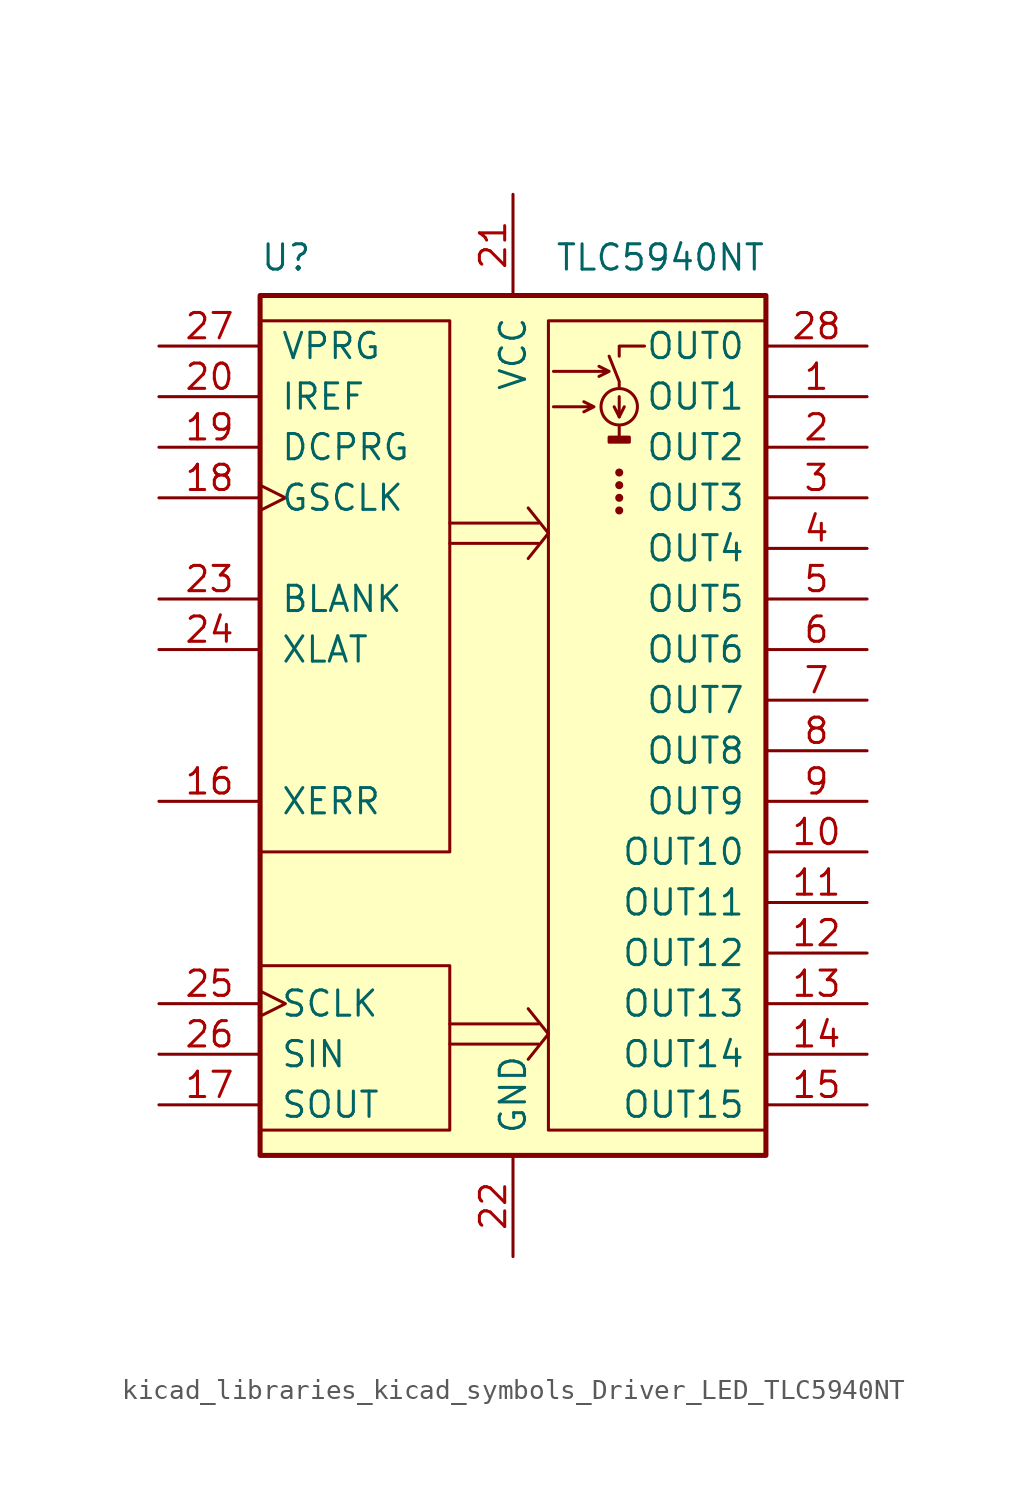
<source format=kicad_sym>
(kicad_symbol_lib
  (version 20220914)
  (generator kicad_symbol_editor)
  (symbol "kicad_libraries_kicad_symbols_Driver_LED_TLC5940NT"
    (pin_names
      (offset 1.016))
    (property "Reference" "U"
      (at -12.7 22.225 0)
      (effects (font (size 1.27 1.27)) (justify left)))
    (property "Value" "TLC5940NT"
      (at 12.7 22.225 0)
      (effects (font (size 1.27 1.27)) (justify right)))
    (symbol "kicad_libraries_kicad_symbols_Driver_LED_TLC5940NT_0_1"
      (rectangle (start -12.7 -21.59) (end -3.175 -13.335) (stroke (width 0) (type default)) (fill (type none)))
      (rectangle (start -12.7 19.05) (end -3.175 -7.62) (stroke (width 0) (type default)) (fill (type none)))
      (rectangle (start -12.7 20.32) (end 12.7 -22.86) (stroke (width 0.254) (type default)) (fill (type background)))
      (polyline (pts (xy -3.175 -16.256) (xy 1.27 -16.256)) (stroke (width 0) (type default)) (fill (type none)))
      (polyline (pts (xy -3.175 8.89) (xy 1.27 8.89)) (stroke (width 0) (type default)) (fill (type none)))
      (polyline (pts (xy 1.27 -17.272) (xy -3.175 -17.272)) (stroke (width 0) (type default)) (fill (type none)))
      (polyline (pts (xy 1.27 7.874) (xy -3.175 7.874)) (stroke (width 0) (type default)) (fill (type none)))
      (polyline (pts (xy 1.778 -16.764) (xy 0.762 -18.034)) (stroke (width 0) (type default)) (fill (type none)))
      (polyline (pts (xy 1.778 -16.764) (xy 0.762 -15.494)) (stroke (width 0) (type default)) (fill (type none)))
      (polyline (pts (xy 1.778 8.382) (xy 0.762 7.112)) (stroke (width 0) (type default)) (fill (type none)))
      (polyline (pts (xy 1.778 8.382) (xy 0.762 9.652)) (stroke (width 0) (type default)) (fill (type none)))
      (polyline (pts (xy 5.334 13.716) (xy 5.334 13.208)) (stroke (width 0) (type default)) (fill (type none)))
      (polyline (pts (xy 5.334 14.224) (xy 5.588 14.732)) (stroke (width 0) (type default)) (fill (type none)))
      (polyline (pts (xy 5.334 15.24) (xy 5.334 14.224) (xy 5.08 14.732)) (stroke (width 0) (type default)) (fill (type none)))
      (polyline (pts (xy 5.334 15.748) (xy 5.334 16.002) (xy 4.826 17.272)) (stroke (width 0) (type default)) (fill (type none)))
      (polyline (pts (xy 5.334 17.272) (xy 5.334 17.78) (xy 6.604 17.78)) (stroke (width 0) (type default)) (fill (type none)))
      (polyline (pts (xy 2.032 14.732) (xy 4.064 14.732) (xy 3.556 14.986) (xy 4.064 14.732) (xy 3.556 14.478)) (stroke (width 0) (type default)) (fill (type none)))
      (polyline (pts (xy 2.032 16.51) (xy 4.826 16.51) (xy 4.318 16.764) (xy 4.826 16.51) (xy 4.318 16.256)) (stroke (width 0) (type default)) (fill (type none)))
      (rectangle (start 1.778 19.05) (end 12.7 -21.59) (stroke (width 0) (type default)) (fill (type none)))
      (rectangle (start 4.826 13.208) (end 5.842 12.954) (stroke (width 0) (type default)) (fill (type outline)))
      (circle (center 5.334 9.525) (radius 0.127) (stroke (width 0) (type default)) (fill (type outline)))
      (circle (center 5.334 10.16) (radius 0.127) (stroke (width 0) (type default)) (fill (type outline)))
      (circle (center 5.334 10.795) (radius 0.127) (stroke (width 0) (type default)) (fill (type outline)))
      (circle (center 5.334 11.43) (radius 0.127) (stroke (width 0) (type default)) (fill (type outline)))
      (circle (center 5.334 14.732) (radius 0.914) (stroke (width 0) (type default)) (fill (type none))))
    (symbol "kicad_libraries_kicad_symbols_Driver_LED_TLC5940NT_1_1"
      (pin open_collector line (at 17.78 15.24 180) (length 5.08) (name "OUT1" (effects (font (size 1.27 1.27)))) (number "1" (effects (font (size 1.27 1.27)))))
      (pin open_collector line (at 17.78 -7.62 180) (length 5.08) (name "OUT10" (effects (font (size 1.27 1.27)))) (number "10" (effects (font (size 1.27 1.27)))))
      (pin open_collector line (at 17.78 -10.16 180) (length 5.08) (name "OUT11" (effects (font (size 1.27 1.27)))) (number "11" (effects (font (size 1.27 1.27)))))
      (pin open_collector line (at 17.78 -12.7 180) (length 5.08) (name "OUT12" (effects (font (size 1.27 1.27)))) (number "12" (effects (font (size 1.27 1.27)))))
      (pin open_collector line (at 17.78 -15.24 180) (length 5.08) (name "OUT13" (effects (font (size 1.27 1.27)))) (number "13" (effects (font (size 1.27 1.27)))))
      (pin open_collector line (at 17.78 -17.78 180) (length 5.08) (name "OUT14" (effects (font (size 1.27 1.27)))) (number "14" (effects (font (size 1.27 1.27)))))
      (pin open_collector line (at 17.78 -20.32 180) (length 5.08) (name "OUT15" (effects (font (size 1.27 1.27)))) (number "15" (effects (font (size 1.27 1.27)))))
      (pin open_collector line (at -17.78 -5.08 0) (length 5.08) (name "XERR" (effects (font (size 1.27 1.27)))) (number "16" (effects (font (size 1.27 1.27)))))
      (pin output line (at -17.78 -20.32 0) (length 5.08) (name "SOUT" (effects (font (size 1.27 1.27)))) (number "17" (effects (font (size 1.27 1.27)))))
      (pin input clock (at -17.78 10.16 0) (length 5.08) (name "GSCLK" (effects (font (size 1.27 1.27)))) (number "18" (effects (font (size 1.27 1.27)))))
      (pin input line (at -17.78 12.7 0) (length 5.08) (name "DCPRG" (effects (font (size 1.27 1.27)))) (number "19" (effects (font (size 1.27 1.27)))))
      (pin open_collector line (at 17.78 12.7 180) (length 5.08) (name "OUT2" (effects (font (size 1.27 1.27)))) (number "2" (effects (font (size 1.27 1.27)))))
      (pin input line (at -17.78 15.24 0) (length 5.08) (name "IREF" (effects (font (size 1.27 1.27)))) (number "20" (effects (font (size 1.27 1.27)))))
      (pin power_in line (at 0 25.4 270) (length 5.08) (name "VCC" (effects (font (size 1.27 1.27)))) (number "21" (effects (font (size 1.27 1.27)))))
      (pin power_in line (at 0 -27.94 90) (length 5.08) (name "GND" (effects (font (size 1.27 1.27)))) (number "22" (effects (font (size 1.27 1.27)))))
      (pin input line (at -17.78 5.08 0) (length 5.08) (name "BLANK" (effects (font (size 1.27 1.27)))) (number "23" (effects (font (size 1.27 1.27)))))
      (pin input line (at -17.78 2.54 0) (length 5.08) (name "XLAT" (effects (font (size 1.27 1.27)))) (number "24" (effects (font (size 1.27 1.27)))))
      (pin input clock (at -17.78 -15.24 0) (length 5.08) (name "SCLK" (effects (font (size 1.27 1.27)))) (number "25" (effects (font (size 1.27 1.27)))))
      (pin input line (at -17.78 -17.78 0) (length 5.08) (name "SIN" (effects (font (size 1.27 1.27)))) (number "26" (effects (font (size 1.27 1.27)))))
      (pin input line (at -17.78 17.78 0) (length 5.08) (name "VPRG" (effects (font (size 1.27 1.27)))) (number "27" (effects (font (size 1.27 1.27)))))
      (pin open_collector line (at 17.78 17.78 180) (length 5.08) (name "OUT0" (effects (font (size 1.27 1.27)))) (number "28" (effects (font (size 1.27 1.27)))))
      (pin open_collector line (at 17.78 10.16 180) (length 5.08) (name "OUT3" (effects (font (size 1.27 1.27)))) (number "3" (effects (font (size 1.27 1.27)))))
      (pin open_collector line (at 17.78 7.62 180) (length 5.08) (name "OUT4" (effects (font (size 1.27 1.27)))) (number "4" (effects (font (size 1.27 1.27)))))
      (pin open_collector line (at 17.78 5.08 180) (length 5.08) (name "OUT5" (effects (font (size 1.27 1.27)))) (number "5" (effects (font (size 1.27 1.27)))))
      (pin open_collector line (at 17.78 2.54 180) (length 5.08) (name "OUT6" (effects (font (size 1.27 1.27)))) (number "6" (effects (font (size 1.27 1.27)))))
      (pin open_collector line (at 17.78 0 180) (length 5.08) (name "OUT7" (effects (font (size 1.27 1.27)))) (number "7" (effects (font (size 1.27 1.27)))))
      (pin open_collector line (at 17.78 -2.54 180) (length 5.08) (name "OUT8" (effects (font (size 1.27 1.27)))) (number "8" (effects (font (size 1.27 1.27)))))
      (pin open_collector line (at 17.78 -5.08 180) (length 5.08) (name "OUT9" (effects (font (size 1.27 1.27)))) (number "9" (effects (font (size 1.27 1.27))))))))
</source>
